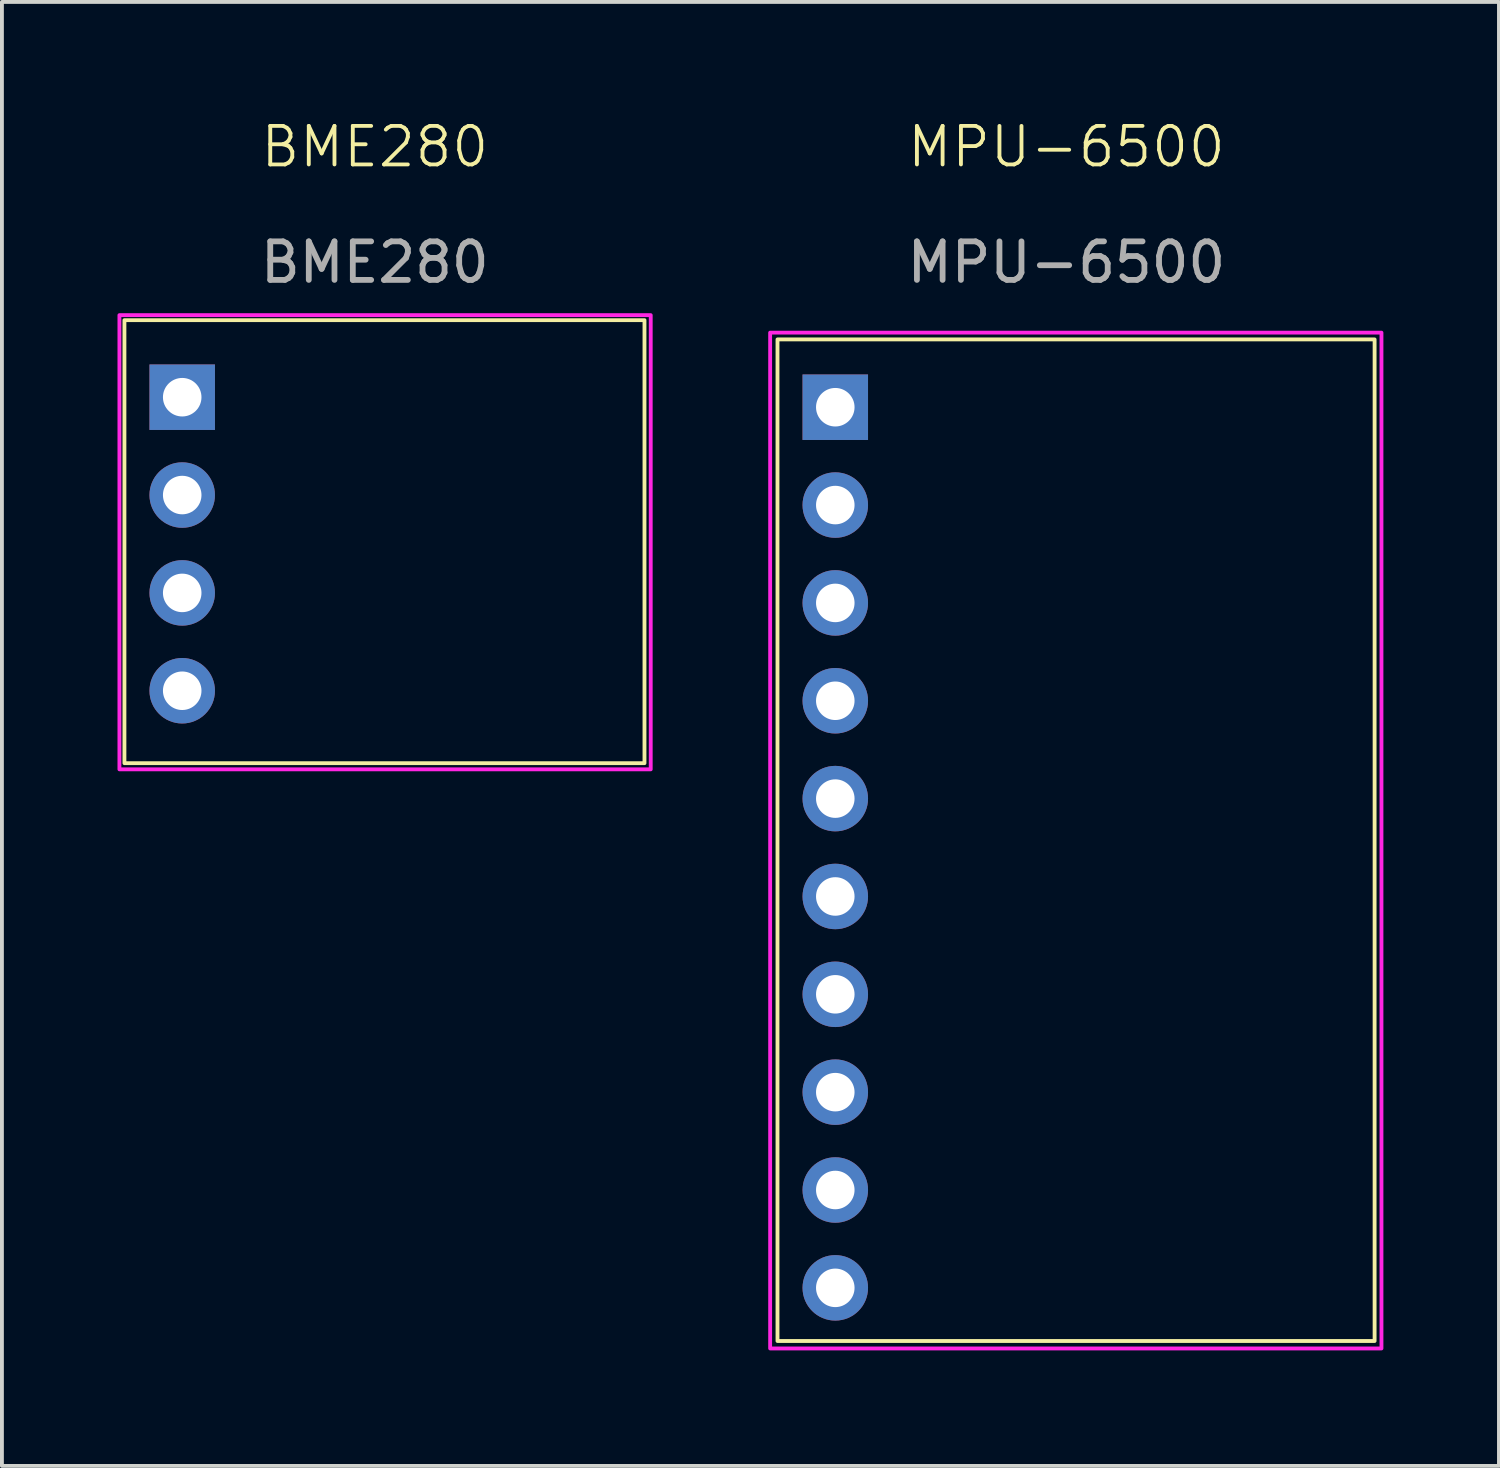
<source format=kicad_pcb>
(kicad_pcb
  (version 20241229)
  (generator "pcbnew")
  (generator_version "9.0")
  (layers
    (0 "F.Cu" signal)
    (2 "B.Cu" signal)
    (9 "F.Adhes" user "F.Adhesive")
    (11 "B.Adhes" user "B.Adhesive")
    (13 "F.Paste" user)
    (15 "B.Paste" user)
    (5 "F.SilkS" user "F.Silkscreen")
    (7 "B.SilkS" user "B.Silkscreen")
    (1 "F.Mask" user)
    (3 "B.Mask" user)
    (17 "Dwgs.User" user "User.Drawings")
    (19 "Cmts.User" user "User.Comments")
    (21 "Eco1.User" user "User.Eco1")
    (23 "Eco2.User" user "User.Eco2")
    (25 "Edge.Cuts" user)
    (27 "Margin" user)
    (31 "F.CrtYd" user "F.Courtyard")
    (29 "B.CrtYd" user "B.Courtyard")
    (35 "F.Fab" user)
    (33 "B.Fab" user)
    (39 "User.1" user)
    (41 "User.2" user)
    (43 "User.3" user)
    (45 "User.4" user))
  (footprint "BME280"
    (layer "F.Cu")
    (at 6.68 11.261)
    (property "Reference" "BME280" (at 0 -10.5 0) (unlocked yes) (layer "F.SilkS") (effects (font (size 1 1) (thickness 0.1))))
    (attr smd)
    (fp_rect (start -6.5 -6) (end 7 5.5) (stroke (width 0.1) (type solid)) (fill no) (layer "F.SilkS"))
    (fp_rect (start -6.63 -6.13) (end 7.162 5.66) (stroke (width 0.1) (type solid)) (fill no) (layer "F.CrtYd"))
    (fp_text user "${REFERENCE}" (at 0 -7.5 0) (unlocked yes) (layer "F.Fab") (effects (font (size 1 1) (thickness 0.15))))
    (pad "1" thru_hole rect (at -5 -4) (size 1.7 1.7) (drill 1) (layers "*.Cu" "*.Mask"))
    (pad "2" thru_hole circle (at -5 -1.46) (size 1.7 1.7) (drill 1) (layers "*.Cu" "*.Mask"))
    (pad "3" thru_hole circle (at -5 1.08) (size 1.7 1.7) (drill 1) (layers "*.Cu" "*.Mask"))
    (pad "4" thru_hole circle (at -5 3.62) (size 1.7 1.7) (drill 1) (layers "*.Cu" "*.Mask")))
  (footprint "MPU-6500"
    (layer "F.Cu")
    (at 24.633 18.761)
    (property "Reference" "MPU-6500" (at 0 -18 0) (unlocked yes) (layer "F.SilkS") (effects (font (size 1 1) (thickness 0.1))))
    (attr smd)
    (fp_rect (start -7.5 -13) (end 8 13) (stroke (width 0.1) (type solid)) (fill no) (layer "F.SilkS"))
    (fp_rect (start -7.691 -13.176) (end 8.178 13.193) (stroke (width 0.1) (type solid)) (fill no) (layer "F.CrtYd"))
    (fp_text user "${REFERENCE}" (at 0 -15 0) (unlocked yes) (layer "F.Fab") (effects (font (size 1 1) (thickness 0.15))))
    (pad "1" thru_hole rect (at -6 -11.24) (size 1.7 1.7) (drill 1) (layers "*.Cu" "*.Mask"))
    (pad "2" thru_hole circle (at -6 -8.7) (size 1.7 1.7) (drill 1) (layers "*.Cu" "*.Mask"))
    (pad "3" thru_hole circle (at -6 -6.16) (size 1.7 1.7) (drill 1) (layers "*.Cu" "*.Mask"))
    (pad "4" thru_hole circle (at -6 -3.62) (size 1.7 1.7) (drill 1) (layers "*.Cu" "*.Mask"))
    (pad "5" thru_hole circle (at -6 -1.08) (size 1.7 1.7) (drill 1) (layers "*.Cu" "*.Mask"))
    (pad "6" thru_hole circle (at -6 1.46) (size 1.7 1.7) (drill 1) (layers "*.Cu" "*.Mask"))
    (pad "7" thru_hole circle (at -6 4) (size 1.7 1.7) (drill 1) (layers "*.Cu" "*.Mask"))
    (pad "8" thru_hole circle (at -6 6.54) (size 1.7 1.7) (drill 1) (layers "*.Cu" "*.Mask"))
    (pad "9" thru_hole circle (at -6 9.08) (size 1.7 1.7) (drill 1) (layers "*.Cu" "*.Mask"))
    (pad "10" thru_hole circle (at -6 11.62) (size 1.7 1.7) (drill 1) (layers "*.Cu" "*.Mask")))
  (gr_rect
    (start -3 -3)
    (end 35.861 35.003)
    (stroke (width 0.1) (type default))
    (fill no)
    (layer "Edge.Cuts")))
</source>
